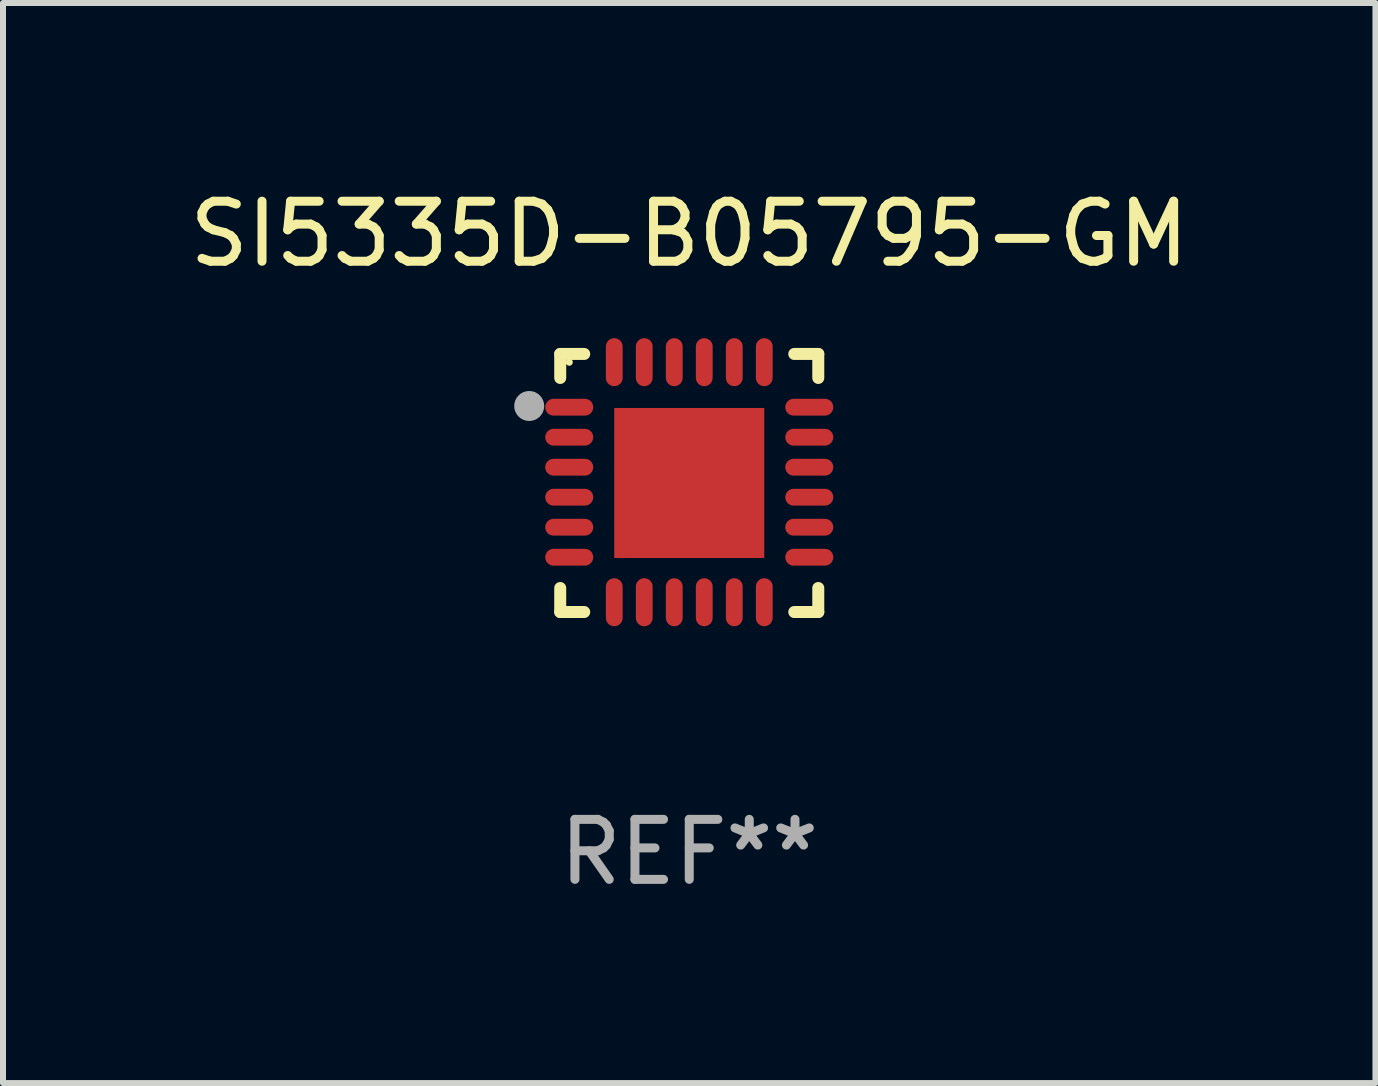
<source format=kicad_pcb>
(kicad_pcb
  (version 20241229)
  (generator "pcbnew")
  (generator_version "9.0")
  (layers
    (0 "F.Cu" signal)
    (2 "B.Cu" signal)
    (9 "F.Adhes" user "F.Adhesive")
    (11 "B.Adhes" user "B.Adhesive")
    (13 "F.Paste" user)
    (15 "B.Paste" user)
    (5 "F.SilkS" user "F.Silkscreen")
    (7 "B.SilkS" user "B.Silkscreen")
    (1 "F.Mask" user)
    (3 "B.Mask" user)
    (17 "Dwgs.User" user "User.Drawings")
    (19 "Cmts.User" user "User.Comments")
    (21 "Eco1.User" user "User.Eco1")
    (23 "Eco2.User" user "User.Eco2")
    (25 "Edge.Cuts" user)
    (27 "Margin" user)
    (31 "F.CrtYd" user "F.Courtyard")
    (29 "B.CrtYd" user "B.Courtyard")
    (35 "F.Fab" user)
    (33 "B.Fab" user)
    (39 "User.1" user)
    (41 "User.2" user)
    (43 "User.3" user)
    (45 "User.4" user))
  (footprint "SI5335D-B05795-GM"
    (layer "F.Cu")
    (at 8.435 4.998)
    (property "Reference" "SI5335D-B05795-GM" (at 0 -4.15 0) (layer "F.SilkS") (effects (font (size 1 1) (thickness 0.15))))
    (attr through_hole)
    (fp_line (start -2.15 -2.15) (end -1.75 -2.15) (stroke (width 0.2) (type solid)) (layer "F.SilkS"))
    (fp_line (start -2.15 -1.75) (end -2.15 -2.15) (stroke (width 0.2) (type solid)) (layer "F.SilkS"))
    (fp_line (start -2.15 2.15) (end -2.15 1.75) (stroke (width 0.2) (type solid)) (layer "F.SilkS"))
    (fp_line (start -1.75 2.15) (end -2.15 2.15) (stroke (width 0.2) (type solid)) (layer "F.SilkS"))
    (fp_line (start 1.75 -2.15) (end 2.15 -2.15) (stroke (width 0.2) (type solid)) (layer "F.SilkS"))
    (fp_line (start 1.75 2.15) (end 2.15 2.15) (stroke (width 0.2) (type solid)) (layer "F.SilkS"))
    (fp_line (start 2.15 -2.15) (end 2.15 -1.75) (stroke (width 0.2) (type solid)) (layer "F.SilkS"))
    (fp_line (start 2.15 2.15) (end 2.15 1.75) (stroke (width 0.2) (type solid)) (layer "F.SilkS"))
    (fp_circle (center -2 -2.013) (end -1.97 -2.013) (stroke (width 0.06) (type solid)) (fill no) (layer "F.SilkS"))
    (fp_circle (center -2.667 -1.283) (end -2.542 -1.283) (stroke (width 0.25) (type solid)) (fill no) (layer "F.Fab"))
    (fp_text user "REF**" (at 0 6.15 0) (layer "F.Fab") (effects (font (size 1 1) (thickness 0.15))))
    (pad "1" smd oval (at -2 -1.263) (size 0.8 0.28) (layers "F.Cu" "F.Mask" "F.Paste"))
    (pad "2" smd oval (at -2 -0.763) (size 0.8 0.28) (layers "F.Cu" "F.Mask" "F.Paste"))
    (pad "3" smd oval (at -2 -0.263) (size 0.8 0.28) (layers "F.Cu" "F.Mask" "F.Paste"))
    (pad "4" smd oval (at -2 0.237) (size 0.8 0.28) (layers "F.Cu" "F.Mask" "F.Paste"))
    (pad "5" smd oval (at -2 0.737) (size 0.8 0.28) (layers "F.Cu" "F.Mask" "F.Paste"))
    (pad "6" smd oval (at -2 1.237) (size 0.8 0.28) (layers "F.Cu" "F.Mask" "F.Paste"))
    (pad "7" smd oval (at -1.25 1.987) (size 0.28 0.8) (layers "F.Cu" "F.Mask" "F.Paste"))
    (pad "8" smd oval (at -0.75 1.987) (size 0.28 0.8) (layers "F.Cu" "F.Mask" "F.Paste"))
    (pad "9" smd oval (at -0.25 1.987) (size 0.28 0.8) (layers "F.Cu" "F.Mask" "F.Paste"))
    (pad "10" smd oval (at 0.25 1.987) (size 0.28 0.8) (layers "F.Cu" "F.Mask" "F.Paste"))
    (pad "11" smd oval (at 0.75 1.987) (size 0.28 0.8) (layers "F.Cu" "F.Mask" "F.Paste"))
    (pad "12" smd oval (at 1.25 1.987) (size 0.28 0.8) (layers "F.Cu" "F.Mask" "F.Paste"))
    (pad "13" smd oval (at 2 1.237) (size 0.8 0.28) (layers "F.Cu" "F.Mask" "F.Paste"))
    (pad "14" smd oval (at 2 0.737) (size 0.8 0.28) (layers "F.Cu" "F.Mask" "F.Paste"))
    (pad "15" smd oval (at 2 0.237) (size 0.8 0.28) (layers "F.Cu" "F.Mask" "F.Paste"))
    (pad "16" smd oval (at 2 -0.263) (size 0.8 0.28) (layers "F.Cu" "F.Mask" "F.Paste"))
    (pad "17" smd oval (at 2 -0.763) (size 0.8 0.28) (layers "F.Cu" "F.Mask" "F.Paste"))
    (pad "18" smd oval (at 2 -1.263) (size 0.8 0.28) (layers "F.Cu" "F.Mask" "F.Paste"))
    (pad "19" smd oval (at 1.25 -2.013) (size 0.28 0.8) (layers "F.Cu" "F.Mask" "F.Paste"))
    (pad "20" smd oval (at 0.75 -2.013) (size 0.28 0.8) (layers "F.Cu" "F.Mask" "F.Paste"))
    (pad "21" smd oval (at 0.25 -2.013) (size 0.28 0.8) (layers "F.Cu" "F.Mask" "F.Paste"))
    (pad "22" smd oval (at -0.25 -2.013) (size 0.28 0.8) (layers "F.Cu" "F.Mask" "F.Paste"))
    (pad "23" smd oval (at -0.75 -2.013) (size 0.28 0.8) (layers "F.Cu" "F.Mask" "F.Paste"))
    (pad "24" smd oval (at -1.25 -2.013) (size 0.28 0.8) (layers "F.Cu" "F.Mask" "F.Paste"))
    (pad "25" smd rect (at -0.000127 -0.00014) (size 2.5 2.5) (layers "F.Cu" "F.Mask" "F.Paste")))
  (gr_rect
    (start -3 -3)
    (end 19.869 14.997)
    (stroke (width 0.1) (type default))
    (fill no)
    (layer "Edge.Cuts")))
</source>
